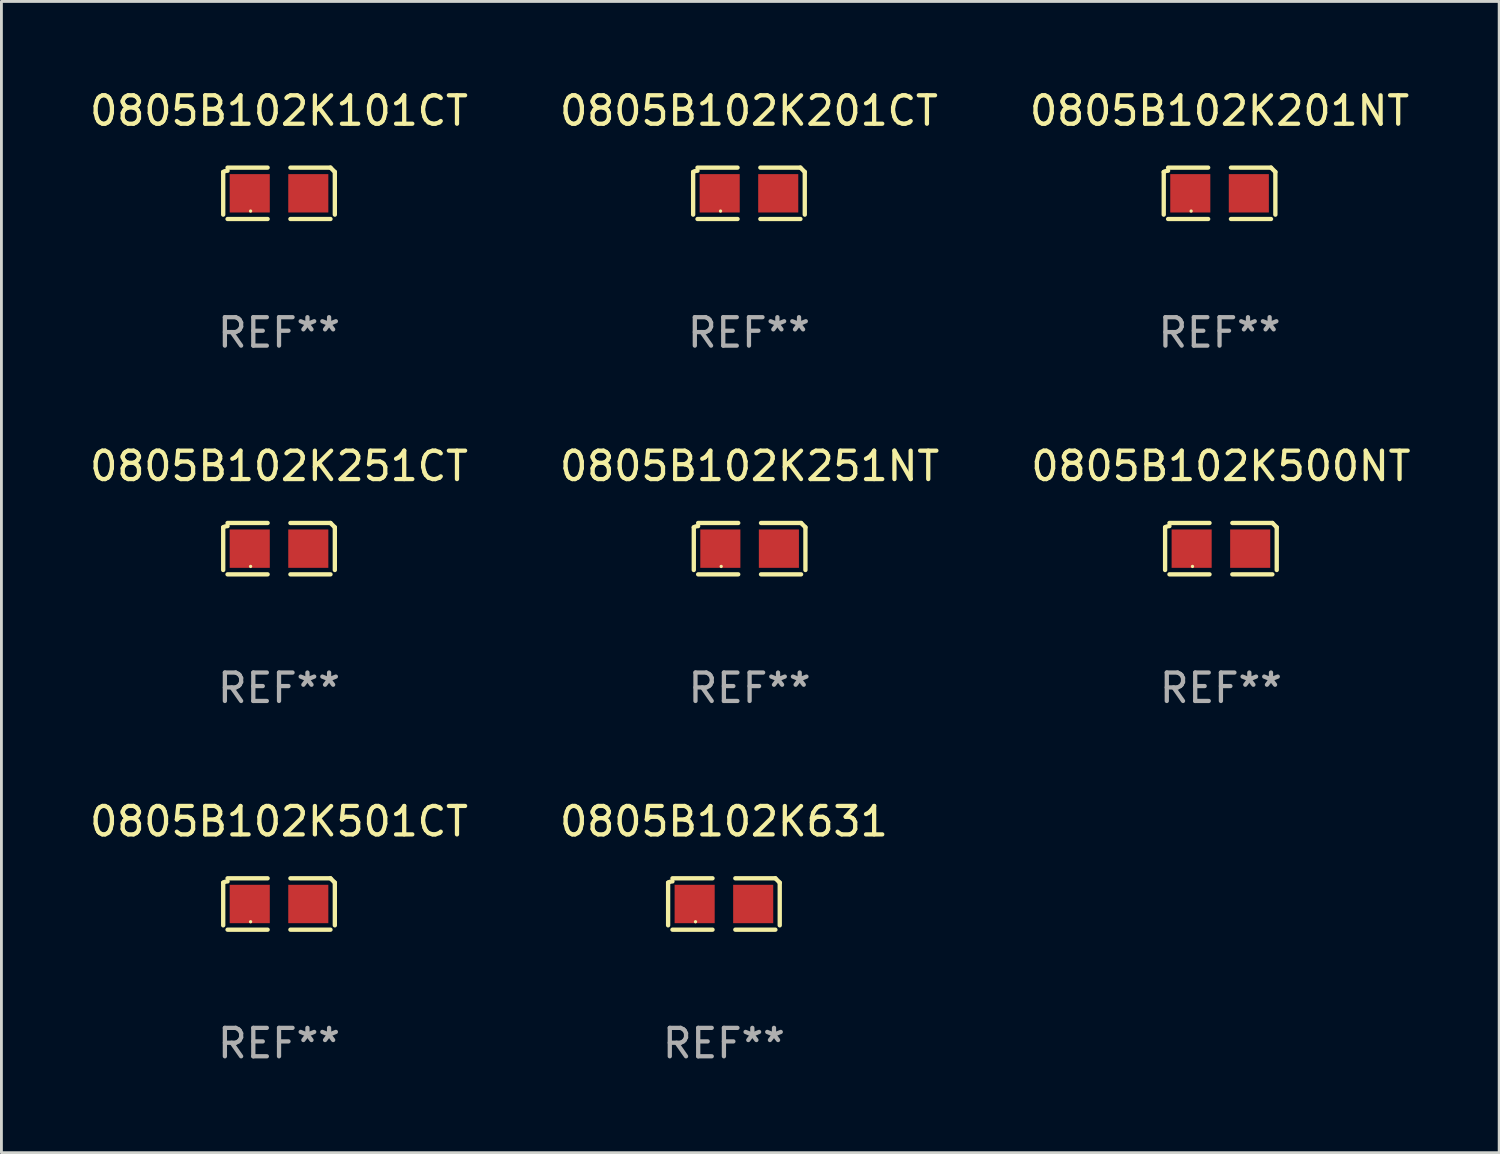
<source format=kicad_pcb>
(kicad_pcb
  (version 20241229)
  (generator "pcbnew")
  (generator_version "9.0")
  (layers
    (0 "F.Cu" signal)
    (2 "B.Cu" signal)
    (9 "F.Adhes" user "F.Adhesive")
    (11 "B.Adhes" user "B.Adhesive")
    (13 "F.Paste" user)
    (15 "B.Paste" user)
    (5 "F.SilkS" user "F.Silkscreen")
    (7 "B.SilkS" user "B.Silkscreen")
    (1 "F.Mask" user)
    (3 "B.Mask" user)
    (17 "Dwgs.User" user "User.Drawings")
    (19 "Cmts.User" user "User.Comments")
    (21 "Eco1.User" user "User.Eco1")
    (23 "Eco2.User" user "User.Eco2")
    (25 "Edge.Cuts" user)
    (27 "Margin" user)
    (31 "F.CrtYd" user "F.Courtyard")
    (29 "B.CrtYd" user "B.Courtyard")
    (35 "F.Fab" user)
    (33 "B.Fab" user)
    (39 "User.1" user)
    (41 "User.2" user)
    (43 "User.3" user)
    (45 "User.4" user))
  (footprint "0805B102K631"
    (layer "F.Cu")
    (at 22.423 28.759)
    (property "Reference" "0805B102K631" (at 0 -2.904 0) (layer "F.SilkS") (effects (font (size 1 1) (thickness 0.15))))
    (attr through_hole)
    (fp_line (start -1.964 0.751) (end -1.964 -0.751) (stroke (width 0.152) (type solid)) (layer "F.SilkS"))
    (fp_line (start -1.811 -0.904) (end -0.401 -0.904) (stroke (width 0.152) (type solid)) (layer "F.SilkS"))
    (fp_line (start -0.401 0.904) (end -1.811 0.904) (stroke (width 0.152) (type solid)) (layer "F.SilkS"))
    (fp_line (start 0.401 0.904) (end 1.811 0.904) (stroke (width 0.152) (type solid)) (layer "F.SilkS"))
    (fp_line (start 1.811 -0.904) (end 0.401 -0.904) (stroke (width 0.152) (type solid)) (layer "F.SilkS"))
    (fp_line (start 1.964 0.751) (end 1.964 -0.751) (stroke (width 0.152) (type solid)) (layer "F.SilkS"))
    (fp_arc (start -1.963602 -0.751207) (mid -1.890354 -0.783131) (end -1.811201 -0.794044) (stroke (width 0.1524) (type solid)) (layer "F.SilkS"))
    (fp_arc (start 1.811202 -0.903607) (mid 1.887413 -0.827418) (end 1.963602 -0.751207) (stroke (width 0.1524) (type solid)) (layer "F.SilkS"))
    (fp_circle (center -1 0.625) (end -0.97 0.625) (stroke (width 0.06) (type solid)) (fill no) (layer "F.SilkS"))
    (fp_text user "REF**" (at 0 4.904 0) (layer "F.Fab") (effects (font (size 1 1) (thickness 0.15))))
    (pad "1" smd rect (at -1.03 0) (size 1.41 1.35) (layers "F.Cu" "F.Mask" "F.Paste"))
    (pad "2" smd rect (at 1.03 0) (size 1.41 1.35) (layers "F.Cu" "F.Mask" "F.Paste")))
  (footprint "0805B102K201NT"
    (layer "F.Cu")
    (at 39.863 3.752)
    (property "Reference" "0805B102K201NT" (at 0 -2.904 0) (layer "F.SilkS") (effects (font (size 1 1) (thickness 0.15))))
    (attr through_hole)
    (fp_line (start -1.964 0.751) (end -1.964 -0.751) (stroke (width 0.152) (type solid)) (layer "F.SilkS"))
    (fp_line (start -1.811 -0.904) (end -0.401 -0.904) (stroke (width 0.152) (type solid)) (layer "F.SilkS"))
    (fp_line (start -0.401 0.904) (end -1.811 0.904) (stroke (width 0.152) (type solid)) (layer "F.SilkS"))
    (fp_line (start 0.401 0.904) (end 1.811 0.904) (stroke (width 0.152) (type solid)) (layer "F.SilkS"))
    (fp_line (start 1.811 -0.904) (end 0.401 -0.904) (stroke (width 0.152) (type solid)) (layer "F.SilkS"))
    (fp_line (start 1.964 0.751) (end 1.964 -0.751) (stroke (width 0.152) (type solid)) (layer "F.SilkS"))
    (fp_arc (start -1.963602 -0.751207) (mid -1.890354 -0.783131) (end -1.811201 -0.794044) (stroke (width 0.1524) (type solid)) (layer "F.SilkS"))
    (fp_arc (start 1.811202 -0.903607) (mid 1.887413 -0.827418) (end 1.963602 -0.751207) (stroke (width 0.1524) (type solid)) (layer "F.SilkS"))
    (fp_circle (center -1 0.625) (end -0.97 0.625) (stroke (width 0.06) (type solid)) (fill no) (layer "F.SilkS"))
    (fp_text user "REF**" (at 0 4.904 0) (layer "F.Fab") (effects (font (size 1 1) (thickness 0.15))))
    (pad "1" smd rect (at -1.03 0) (size 1.41 1.35) (layers "F.Cu" "F.Mask" "F.Paste"))
    (pad "2" smd rect (at 1.03 0) (size 1.41 1.35) (layers "F.Cu" "F.Mask" "F.Paste")))
  (footprint "0805B102K501CT"
    (layer "F.Cu")
    (at 6.768 28.759)
    (property "Reference" "0805B102K501CT" (at 0 -2.904 0) (layer "F.SilkS") (effects (font (size 1 1) (thickness 0.15))))
    (attr through_hole)
    (fp_line (start -1.964 0.751) (end -1.964 -0.751) (stroke (width 0.152) (type solid)) (layer "F.SilkS"))
    (fp_line (start -1.811 -0.904) (end -0.401 -0.904) (stroke (width 0.152) (type solid)) (layer "F.SilkS"))
    (fp_line (start -0.401 0.904) (end -1.811 0.904) (stroke (width 0.152) (type solid)) (layer "F.SilkS"))
    (fp_line (start 0.401 0.904) (end 1.811 0.904) (stroke (width 0.152) (type solid)) (layer "F.SilkS"))
    (fp_line (start 1.811 -0.904) (end 0.401 -0.904) (stroke (width 0.152) (type solid)) (layer "F.SilkS"))
    (fp_line (start 1.964 0.751) (end 1.964 -0.751) (stroke (width 0.152) (type solid)) (layer "F.SilkS"))
    (fp_arc (start -1.963602 -0.751207) (mid -1.890354 -0.783131) (end -1.811201 -0.794044) (stroke (width 0.1524) (type solid)) (layer "F.SilkS"))
    (fp_arc (start 1.811202 -0.903607) (mid 1.887413 -0.827418) (end 1.963602 -0.751207) (stroke (width 0.1524) (type solid)) (layer "F.SilkS"))
    (fp_circle (center -1 0.625) (end -0.97 0.625) (stroke (width 0.06) (type solid)) (fill no) (layer "F.SilkS"))
    (fp_text user "REF**" (at 0 4.904 0) (layer "F.Fab") (effects (font (size 1 1) (thickness 0.15))))
    (pad "1" smd rect (at -1.03 0) (size 1.41 1.35) (layers "F.Cu" "F.Mask" "F.Paste"))
    (pad "2" smd rect (at 1.03 0) (size 1.41 1.35) (layers "F.Cu" "F.Mask" "F.Paste")))
  (footprint "0805B102K251CT"
    (layer "F.Cu")
    (at 6.768 16.256)
    (property "Reference" "0805B102K251CT" (at 0 -2.904 0) (layer "F.SilkS") (effects (font (size 1 1) (thickness 0.15))))
    (attr through_hole)
    (fp_line (start -1.964 0.751) (end -1.964 -0.751) (stroke (width 0.152) (type solid)) (layer "F.SilkS"))
    (fp_line (start -1.811 -0.904) (end -0.401 -0.904) (stroke (width 0.152) (type solid)) (layer "F.SilkS"))
    (fp_line (start -0.401 0.904) (end -1.811 0.904) (stroke (width 0.152) (type solid)) (layer "F.SilkS"))
    (fp_line (start 0.401 0.904) (end 1.811 0.904) (stroke (width 0.152) (type solid)) (layer "F.SilkS"))
    (fp_line (start 1.811 -0.904) (end 0.401 -0.904) (stroke (width 0.152) (type solid)) (layer "F.SilkS"))
    (fp_line (start 1.964 0.751) (end 1.964 -0.751) (stroke (width 0.152) (type solid)) (layer "F.SilkS"))
    (fp_arc (start -1.963602 -0.751207) (mid -1.890354 -0.783131) (end -1.811201 -0.794044) (stroke (width 0.1524) (type solid)) (layer "F.SilkS"))
    (fp_arc (start 1.811202 -0.903607) (mid 1.887413 -0.827418) (end 1.963602 -0.751207) (stroke (width 0.1524) (type solid)) (layer "F.SilkS"))
    (fp_circle (center -1 0.625) (end -0.97 0.625) (stroke (width 0.06) (type solid)) (fill no) (layer "F.SilkS"))
    (fp_text user "REF**" (at 0 4.904 0) (layer "F.Fab") (effects (font (size 1 1) (thickness 0.15))))
    (pad "1" smd rect (at -1.03 0) (size 1.41 1.35) (layers "F.Cu" "F.Mask" "F.Paste"))
    (pad "2" smd rect (at 1.03 0) (size 1.41 1.35) (layers "F.Cu" "F.Mask" "F.Paste")))
  (footprint "0805B102K500NT"
    (layer "F.Cu")
    (at 39.911 16.256)
    (property "Reference" "0805B102K500NT" (at 0 -2.904 0) (layer "F.SilkS") (effects (font (size 1 1) (thickness 0.15))))
    (attr through_hole)
    (fp_line (start -1.964 0.751) (end -1.964 -0.751) (stroke (width 0.152) (type solid)) (layer "F.SilkS"))
    (fp_line (start -1.811 -0.904) (end -0.401 -0.904) (stroke (width 0.152) (type solid)) (layer "F.SilkS"))
    (fp_line (start -0.401 0.904) (end -1.811 0.904) (stroke (width 0.152) (type solid)) (layer "F.SilkS"))
    (fp_line (start 0.401 0.904) (end 1.811 0.904) (stroke (width 0.152) (type solid)) (layer "F.SilkS"))
    (fp_line (start 1.811 -0.904) (end 0.401 -0.904) (stroke (width 0.152) (type solid)) (layer "F.SilkS"))
    (fp_line (start 1.964 0.751) (end 1.964 -0.751) (stroke (width 0.152) (type solid)) (layer "F.SilkS"))
    (fp_arc (start -1.963602 -0.751207) (mid -1.890354 -0.783131) (end -1.811201 -0.794044) (stroke (width 0.1524) (type solid)) (layer "F.SilkS"))
    (fp_arc (start 1.811202 -0.903607) (mid 1.887413 -0.827418) (end 1.963602 -0.751207) (stroke (width 0.1524) (type solid)) (layer "F.SilkS"))
    (fp_circle (center -1 0.625) (end -0.97 0.625) (stroke (width 0.06) (type solid)) (fill no) (layer "F.SilkS"))
    (fp_text user "REF**" (at 0 4.904 0) (layer "F.Fab") (effects (font (size 1 1) (thickness 0.15))))
    (pad "1" smd rect (at -1.03 0) (size 1.41 1.35) (layers "F.Cu" "F.Mask" "F.Paste"))
    (pad "2" smd rect (at 1.03 0) (size 1.41 1.35) (layers "F.Cu" "F.Mask" "F.Paste")))
  (footprint "0805B102K201CT"
    (layer "F.Cu")
    (at 23.304 3.752)
    (property "Reference" "0805B102K201CT" (at 0 -2.904 0) (layer "F.SilkS") (effects (font (size 1 1) (thickness 0.15))))
    (attr through_hole)
    (fp_line (start -1.964 0.751) (end -1.964 -0.751) (stroke (width 0.152) (type solid)) (layer "F.SilkS"))
    (fp_line (start -1.811 -0.904) (end -0.401 -0.904) (stroke (width 0.152) (type solid)) (layer "F.SilkS"))
    (fp_line (start -0.401 0.904) (end -1.811 0.904) (stroke (width 0.152) (type solid)) (layer "F.SilkS"))
    (fp_line (start 0.401 0.904) (end 1.811 0.904) (stroke (width 0.152) (type solid)) (layer "F.SilkS"))
    (fp_line (start 1.811 -0.904) (end 0.401 -0.904) (stroke (width 0.152) (type solid)) (layer "F.SilkS"))
    (fp_line (start 1.964 0.751) (end 1.964 -0.751) (stroke (width 0.152) (type solid)) (layer "F.SilkS"))
    (fp_arc (start -1.963602 -0.751207) (mid -1.890354 -0.783131) (end -1.811201 -0.794044) (stroke (width 0.1524) (type solid)) (layer "F.SilkS"))
    (fp_arc (start 1.811202 -0.903607) (mid 1.887413 -0.827418) (end 1.963602 -0.751207) (stroke (width 0.1524) (type solid)) (layer "F.SilkS"))
    (fp_circle (center -1 0.625) (end -0.97 0.625) (stroke (width 0.06) (type solid)) (fill no) (layer "F.SilkS"))
    (fp_text user "REF**" (at 0 4.904 0) (layer "F.Fab") (effects (font (size 1 1) (thickness 0.15))))
    (pad "1" smd rect (at -1.03 0) (size 1.41 1.35) (layers "F.Cu" "F.Mask" "F.Paste"))
    (pad "2" smd rect (at 1.03 0) (size 1.41 1.35) (layers "F.Cu" "F.Mask" "F.Paste")))
  (footprint "0805B102K101CT"
    (layer "F.Cu")
    (at 6.768 3.752)
    (property "Reference" "0805B102K101CT" (at 0 -2.904 0) (layer "F.SilkS") (effects (font (size 1 1) (thickness 0.15))))
    (attr through_hole)
    (fp_line (start -1.964 0.751) (end -1.964 -0.751) (stroke (width 0.152) (type solid)) (layer "F.SilkS"))
    (fp_line (start -1.811 -0.904) (end -0.401 -0.904) (stroke (width 0.152) (type solid)) (layer "F.SilkS"))
    (fp_line (start -0.401 0.904) (end -1.811 0.904) (stroke (width 0.152) (type solid)) (layer "F.SilkS"))
    (fp_line (start 0.401 0.904) (end 1.811 0.904) (stroke (width 0.152) (type solid)) (layer "F.SilkS"))
    (fp_line (start 1.811 -0.904) (end 0.401 -0.904) (stroke (width 0.152) (type solid)) (layer "F.SilkS"))
    (fp_line (start 1.964 0.751) (end 1.964 -0.751) (stroke (width 0.152) (type solid)) (layer "F.SilkS"))
    (fp_arc (start -1.963602 -0.751207) (mid -1.890354 -0.783131) (end -1.811201 -0.794044) (stroke (width 0.1524) (type solid)) (layer "F.SilkS"))
    (fp_arc (start 1.811202 -0.903607) (mid 1.887413 -0.827418) (end 1.963602 -0.751207) (stroke (width 0.1524) (type solid)) (layer "F.SilkS"))
    (fp_circle (center -1 0.625) (end -0.97 0.625) (stroke (width 0.06) (type solid)) (fill no) (layer "F.SilkS"))
    (fp_text user "REF**" (at 0 4.904 0) (layer "F.Fab") (effects (font (size 1 1) (thickness 0.15))))
    (pad "1" smd rect (at -1.03 0) (size 1.41 1.35) (layers "F.Cu" "F.Mask" "F.Paste"))
    (pad "2" smd rect (at 1.03 0) (size 1.41 1.35) (layers "F.Cu" "F.Mask" "F.Paste")))
  (footprint "0805B102K251NT"
    (layer "F.Cu")
    (at 23.327 16.256)
    (property "Reference" "0805B102K251NT" (at 0 -2.904 0) (layer "F.SilkS") (effects (font (size 1 1) (thickness 0.15))))
    (attr through_hole)
    (fp_line (start -1.964 0.751) (end -1.964 -0.751) (stroke (width 0.152) (type solid)) (layer "F.SilkS"))
    (fp_line (start -1.811 -0.904) (end -0.401 -0.904) (stroke (width 0.152) (type solid)) (layer "F.SilkS"))
    (fp_line (start -0.401 0.904) (end -1.811 0.904) (stroke (width 0.152) (type solid)) (layer "F.SilkS"))
    (fp_line (start 0.401 0.904) (end 1.811 0.904) (stroke (width 0.152) (type solid)) (layer "F.SilkS"))
    (fp_line (start 1.811 -0.904) (end 0.401 -0.904) (stroke (width 0.152) (type solid)) (layer "F.SilkS"))
    (fp_line (start 1.964 0.751) (end 1.964 -0.751) (stroke (width 0.152) (type solid)) (layer "F.SilkS"))
    (fp_arc (start -1.963602 -0.751207) (mid -1.890354 -0.783131) (end -1.811201 -0.794044) (stroke (width 0.1524) (type solid)) (layer "F.SilkS"))
    (fp_arc (start 1.811202 -0.903607) (mid 1.887413 -0.827418) (end 1.963602 -0.751207) (stroke (width 0.1524) (type solid)) (layer "F.SilkS"))
    (fp_circle (center -1 0.625) (end -0.97 0.625) (stroke (width 0.06) (type solid)) (fill no) (layer "F.SilkS"))
    (fp_text user "REF**" (at 0 4.904 0) (layer "F.Fab") (effects (font (size 1 1) (thickness 0.15))))
    (pad "1" smd rect (at -1.03 0) (size 1.41 1.35) (layers "F.Cu" "F.Mask" "F.Paste"))
    (pad "2" smd rect (at 1.03 0) (size 1.41 1.35) (layers "F.Cu" "F.Mask" "F.Paste")))
  (gr_rect
    (start -3 -3)
    (end 49.702 37.511)
    (stroke (width 0.1) (type default))
    (fill no)
    (layer "Edge.Cuts")))
</source>
